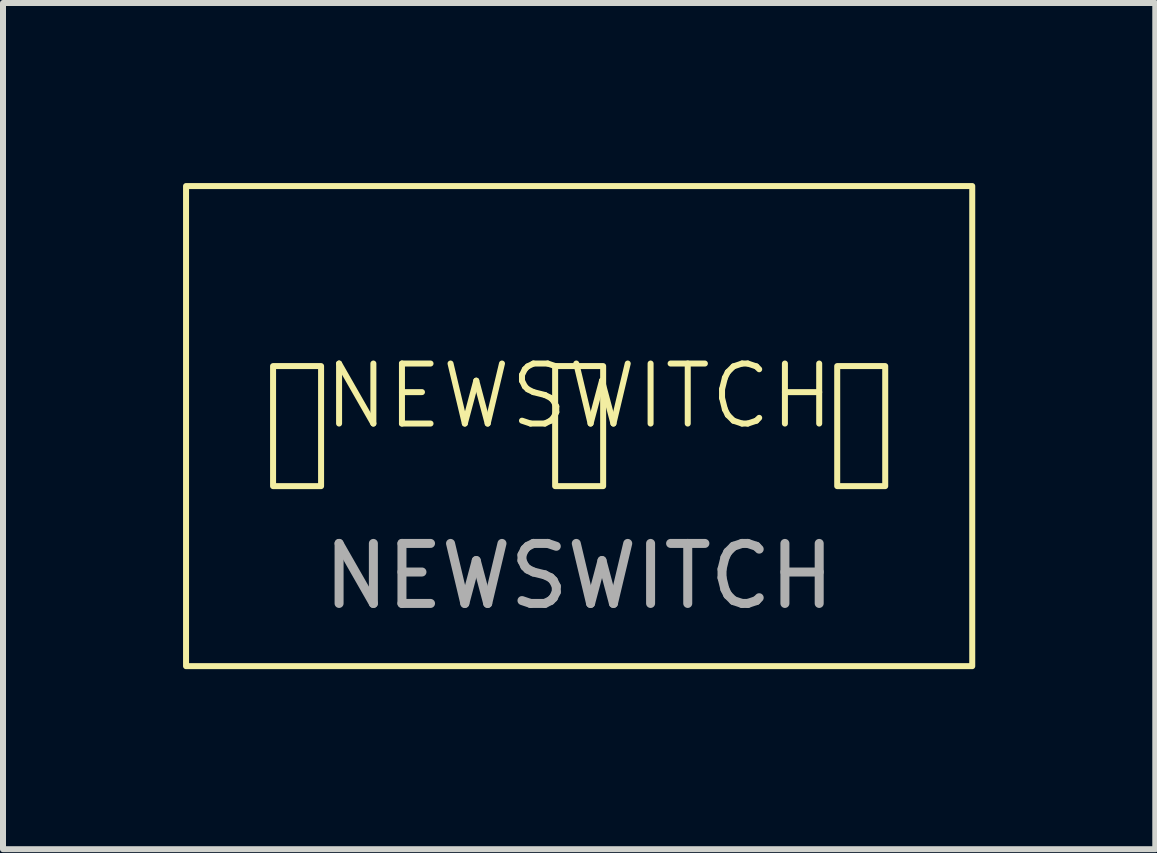
<source format=kicad_pcb>
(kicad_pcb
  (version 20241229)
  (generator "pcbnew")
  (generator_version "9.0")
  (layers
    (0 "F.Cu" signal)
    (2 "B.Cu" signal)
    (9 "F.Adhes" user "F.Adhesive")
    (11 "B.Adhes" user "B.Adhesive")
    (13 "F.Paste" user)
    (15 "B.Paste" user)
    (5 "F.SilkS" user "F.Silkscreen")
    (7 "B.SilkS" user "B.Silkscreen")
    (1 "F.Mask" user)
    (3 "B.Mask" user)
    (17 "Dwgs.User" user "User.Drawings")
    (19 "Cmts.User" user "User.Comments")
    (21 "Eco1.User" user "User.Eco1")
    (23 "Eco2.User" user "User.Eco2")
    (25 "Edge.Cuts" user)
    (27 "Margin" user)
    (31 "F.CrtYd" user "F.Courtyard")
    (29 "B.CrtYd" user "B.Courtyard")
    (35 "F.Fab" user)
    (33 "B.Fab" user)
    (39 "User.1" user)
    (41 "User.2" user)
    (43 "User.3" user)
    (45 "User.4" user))
  (footprint "NEWSWITCH"
    (layer "F.Cu")
    (at 6.6 4.05)
    (property "Reference" "NEWSWITCH" (at 0 -0.5 0) (unlocked yes) (layer "F.SilkS") (effects (font (size 1 1) (thickness 0.1))))
    (attr smd)
    (fp_rect (start -6.55 -4) (end 6.55 4) (stroke (width 0.1) (type solid)) (fill no) (layer "F.SilkS"))
    (fp_rect (start -5.1 -1) (end -4.3 1) (stroke (width 0.1) (type solid)) (fill no) (layer "F.SilkS"))
    (fp_rect (start -0.4 -1) (end 0.4 1) (stroke (width 0.1) (type solid)) (fill no) (layer "F.SilkS"))
    (fp_rect (start 4.3 -1) (end 5.1 1) (stroke (width 0.1) (type solid)) (fill no) (layer "F.SilkS"))
    (fp_text user "${REFERENCE}" (at 0 2.5 0) (unlocked yes) (layer "F.Fab") (effects (font (size 1 1) (thickness 0.15)))))
  (gr_rect
    (start -3 -3)
    (end 16.2 11.1)
    (stroke (width 0.1) (type default))
    (fill no)
    (layer "Edge.Cuts")))
</source>
